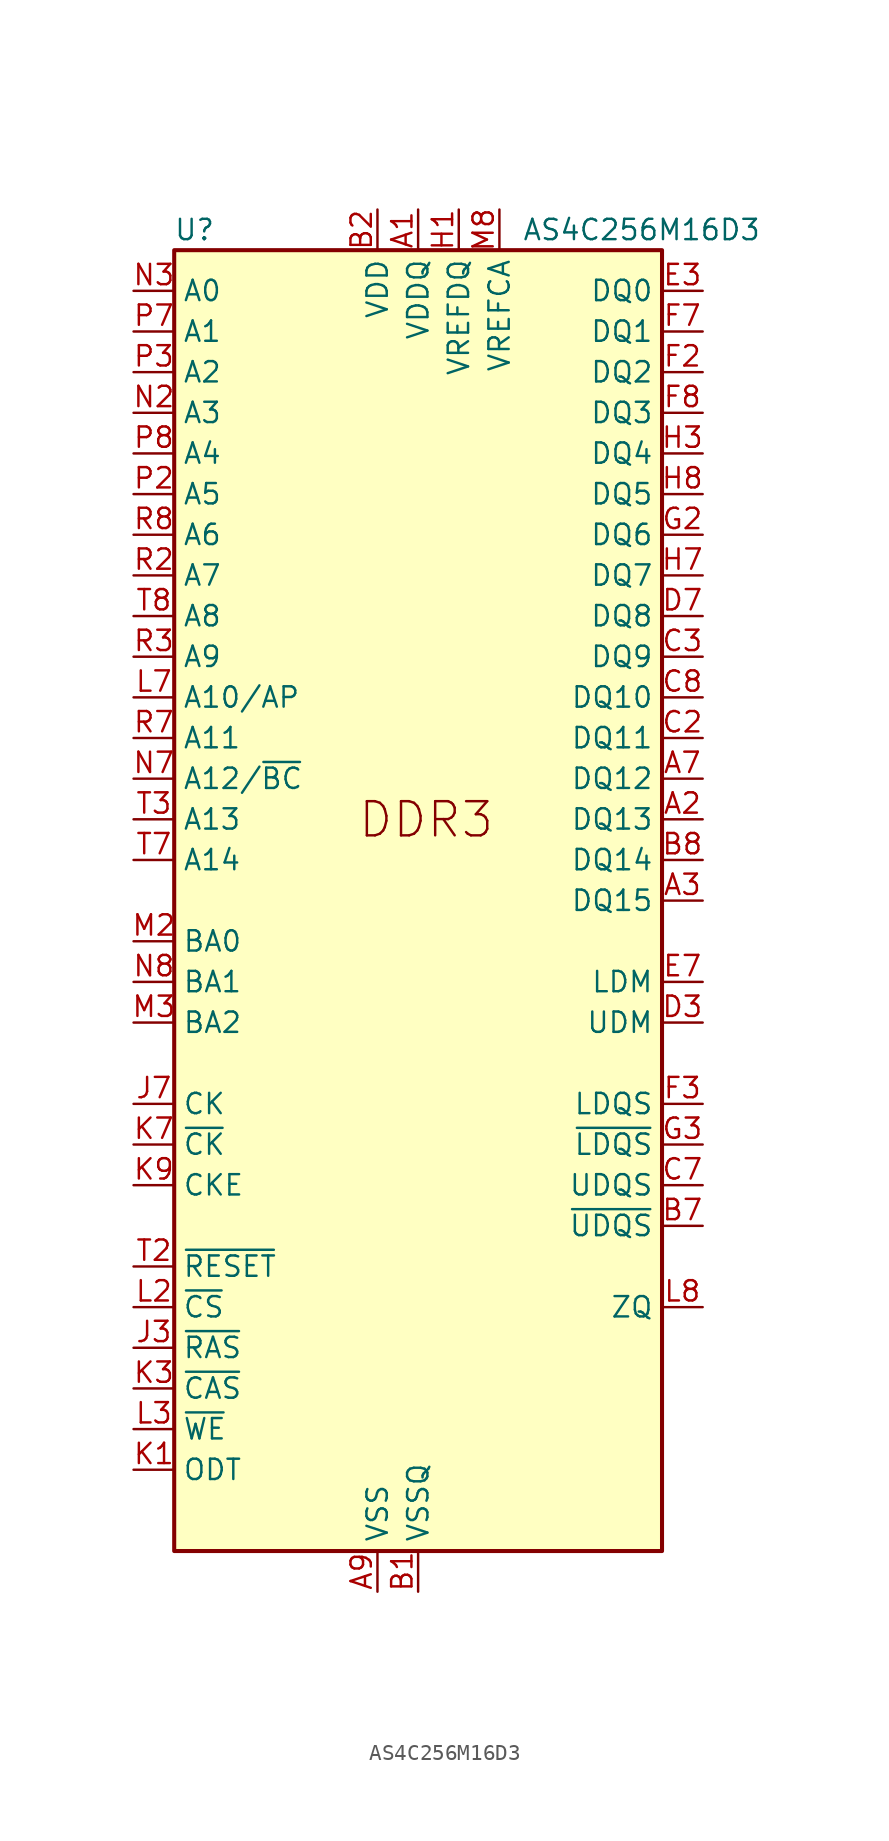
<source format=kicad_sym>
(kicad_symbol_lib
  (version 20200908)
  (generator kicad_symbol_editor)
  (symbol "Memory_RAM:AS4C256M16D3"
    (property "Reference" "U"
      (at -13.97 41.91 0)
      (effects (font (size 1.27 1.27))))
    (property "Value" "AS4C256M16D3"
      (at 13.97 41.91 0)
      (effects (font (size 1.27 1.27))))
    (symbol "AS4C256M16D3_1_1"
      (text "DDR3" (at -3.81 3.81 0) (effects (font (size 2.134 2.134)) (justify left bottom)))
      (pin bidirectional line (at 17.78 5.08 180) (length 2.54) (name "DQ13" (effects (font (size 1.27 1.27)))) (number "A2" (effects (font (size 1.27 1.27)))))
      (pin bidirectional line (at 17.78 0 180) (length 2.54) (name "DQ15" (effects (font (size 1.27 1.27)))) (number "A3" (effects (font (size 1.27 1.27)))))
      (pin bidirectional line (at 17.78 7.62 180) (length 2.54) (name "DQ12" (effects (font (size 1.27 1.27)))) (number "A7" (effects (font (size 1.27 1.27)))))
      (pin bidirectional line (at 17.78 -20.32 180) (length 2.54) (name "~UDQS" (effects (font (size 1.27 1.27)))) (number "B7" (effects (font (size 1.27 1.27)))))
      (pin bidirectional line (at 17.78 2.54 180) (length 2.54) (name "DQ14" (effects (font (size 1.27 1.27)))) (number "B8" (effects (font (size 1.27 1.27)))))
      (pin bidirectional line (at 17.78 10.16 180) (length 2.54) (name "DQ11" (effects (font (size 1.27 1.27)))) (number "C2" (effects (font (size 1.27 1.27)))))
      (pin bidirectional line (at 17.78 15.24 180) (length 2.54) (name "DQ9" (effects (font (size 1.27 1.27)))) (number "C3" (effects (font (size 1.27 1.27)))))
      (pin bidirectional line (at 17.78 -17.78 180) (length 2.54) (name "UDQS" (effects (font (size 1.27 1.27)))) (number "C7" (effects (font (size 1.27 1.27)))))
      (pin bidirectional line (at 17.78 12.7 180) (length 2.54) (name "DQ10" (effects (font (size 1.27 1.27)))) (number "C8" (effects (font (size 1.27 1.27)))))
      (pin input line (at 17.78 -7.62 180) (length 2.54) (name "UDM" (effects (font (size 1.27 1.27)))) (number "D3" (effects (font (size 1.27 1.27)))))
      (pin bidirectional line (at 17.78 17.78 180) (length 2.54) (name "DQ8" (effects (font (size 1.27 1.27)))) (number "D7" (effects (font (size 1.27 1.27)))))
      (pin input line (at 17.78 -5.08 180) (length 2.54) (name "LDM" (effects (font (size 1.27 1.27)))) (number "E7" (effects (font (size 1.27 1.27)))))
      (pin bidirectional line (at 17.78 -12.7 180) (length 2.54) (name "LDQS" (effects (font (size 1.27 1.27)))) (number "F3" (effects (font (size 1.27 1.27)))))
      (pin bidirectional line (at 17.78 -15.24 180) (length 2.54) (name "~LDQS" (effects (font (size 1.27 1.27)))) (number "G3" (effects (font (size 1.27 1.27)))))
      (pin unconnected line (at 15.24 -27.94 180) (length 2.54) hide (name "NC" (effects (font (size 1.27 1.27)))) (number "J1" (effects (font (size 1.27 1.27)))))
      (pin input line (at -17.78 -27.94 0) (length 2.54) (name "~RAS" (effects (font (size 1.27 1.27)))) (number "J3" (effects (font (size 1.27 1.27)))))
      (pin input line (at -17.78 -12.7 0) (length 2.54) (name "CK" (effects (font (size 1.27 1.27)))) (number "J7" (effects (font (size 1.27 1.27)))))
      (pin unconnected line (at 15.24 -30.48 180) (length 2.54) hide (name "NC" (effects (font (size 1.27 1.27)))) (number "J9" (effects (font (size 1.27 1.27)))))
      (pin input line (at -17.78 -35.56 0) (length 2.54) (name "ODT" (effects (font (size 1.27 1.27)))) (number "K1" (effects (font (size 1.27 1.27)))))
      (pin input line (at -17.78 -30.48 0) (length 2.54) (name "~CAS" (effects (font (size 1.27 1.27)))) (number "K3" (effects (font (size 1.27 1.27)))))
      (pin input line (at -17.78 -15.24 0) (length 2.54) (name "~CK" (effects (font (size 1.27 1.27)))) (number "K7" (effects (font (size 1.27 1.27)))))
      (pin input line (at -17.78 -17.78 0) (length 2.54) (name "CKE" (effects (font (size 1.27 1.27)))) (number "K9" (effects (font (size 1.27 1.27)))))
      (pin unconnected line (at 15.24 -33.02 180) (length 2.54) hide (name "NC" (effects (font (size 1.27 1.27)))) (number "L1" (effects (font (size 1.27 1.27)))))
      (pin input line (at -17.78 -33.02 0) (length 2.54) (name "~WE" (effects (font (size 1.27 1.27)))) (number "L3" (effects (font (size 1.27 1.27)))))
      (pin input line (at 17.78 -25.4 180) (length 2.54) (name "ZQ" (effects (font (size 1.27 1.27)))) (number "L8" (effects (font (size 1.27 1.27)))))
      (pin unconnected line (at 15.24 -35.56 180) (length 2.54) hide (name "NC" (effects (font (size 1.27 1.27)))) (number "L9" (effects (font (size 1.27 1.27)))))
      (pin input line (at -17.78 -2.54 0) (length 2.54) (name "BA0" (effects (font (size 1.27 1.27)))) (number "M2" (effects (font (size 1.27 1.27)))))
      (pin input line (at -17.78 -7.62 0) (length 2.54) (name "BA2" (effects (font (size 1.27 1.27)))) (number "M3" (effects (font (size 1.27 1.27)))))
      (pin unconnected line (at 15.24 -38.1 180) (length 2.54) hide (name "NC" (effects (font (size 1.27 1.27)))) (number "M7" (effects (font (size 1.27 1.27)))))
      (pin power_in line (at 5.08 43.18 270) (length 2.54) (name "VREFCA" (effects (font (size 1.27 1.27)))) (number "M8" (effects (font (size 1.27 1.27)))))
      (pin input line (at -17.78 -5.08 0) (length 2.54) (name "BA1" (effects (font (size 1.27 1.27)))) (number "N8" (effects (font (size 1.27 1.27))))))
    (symbol "AS4C256M16D3_0_1"
      (rectangle (start -15.24 -40.64) (end 15.24 40.64) (stroke (width 0.254)) (fill (type background)))
      (pin power_in line (at 0 43.18 270) (length 2.54) (name "VDDQ" (effects (font (size 1.27 1.27)))) (number "A1" (effects (font (size 1.27 1.27)))))
      (pin passive line (at 0 43.18 270) (length 2.54) hide (name "VDDQ" (effects (font (size 1.27 1.27)))) (number "A8" (effects (font (size 1.27 1.27)))))
      (pin power_in line (at -2.54 -43.18 90) (length 2.54) (name "VSS" (effects (font (size 1.27 1.27)))) (number "A9" (effects (font (size 1.27 1.27)))))
      (pin power_in line (at 0 -43.18 90) (length 2.54) (name "VSSQ" (effects (font (size 1.27 1.27)))) (number "B1" (effects (font (size 1.27 1.27)))))
      (pin power_in line (at -2.54 43.18 270) (length 2.54) (name "VDD" (effects (font (size 1.27 1.27)))) (number "B2" (effects (font (size 1.27 1.27)))))
      (pin passive line (at -2.54 -43.18 90) (length 2.54) hide (name "VSS" (effects (font (size 1.27 1.27)))) (number "B3" (effects (font (size 1.27 1.27)))))
      (pin passive line (at 0 -43.18 90) (length 2.54) hide (name "VSSQ" (effects (font (size 1.27 1.27)))) (number "B9" (effects (font (size 1.27 1.27)))))
      (pin passive line (at 0 43.18 270) (length 2.54) hide (name "VDDQ" (effects (font (size 1.27 1.27)))) (number "C1" (effects (font (size 1.27 1.27)))))
      (pin passive line (at 0 43.18 270) (length 2.54) hide (name "VDDQ" (effects (font (size 1.27 1.27)))) (number "C9" (effects (font (size 1.27 1.27)))))
      (pin passive line (at 0 -43.18 90) (length 2.54) hide (name "VSSQ" (effects (font (size 1.27 1.27)))) (number "D1" (effects (font (size 1.27 1.27)))))
      (pin passive line (at 0 43.18 270) (length 2.54) hide (name "VDDQ" (effects (font (size 1.27 1.27)))) (number "D2" (effects (font (size 1.27 1.27)))))
      (pin passive line (at 0 -43.18 90) (length 2.54) hide (name "VSSQ" (effects (font (size 1.27 1.27)))) (number "D8" (effects (font (size 1.27 1.27)))))
      (pin passive line (at -2.54 43.18 270) (length 2.54) hide (name "VDD" (effects (font (size 1.27 1.27)))) (number "D9" (effects (font (size 1.27 1.27)))))
      (pin passive line (at -2.54 -43.18 90) (length 2.54) hide (name "VSS" (effects (font (size 1.27 1.27)))) (number "E1" (effects (font (size 1.27 1.27)))))
      (pin passive line (at 0 -43.18 90) (length 2.54) hide (name "VSSQ" (effects (font (size 1.27 1.27)))) (number "E2" (effects (font (size 1.27 1.27)))))
      (pin bidirectional line (at 17.78 38.1 180) (length 2.54) (name "DQ0" (effects (font (size 1.27 1.27)))) (number "E3" (effects (font (size 1.27 1.27)))))
      (pin passive line (at 0 -43.18 90) (length 2.54) hide (name "VSSQ" (effects (font (size 1.27 1.27)))) (number "E8" (effects (font (size 1.27 1.27)))))
      (pin passive line (at 0 43.18 270) (length 2.54) hide (name "VDDQ" (effects (font (size 1.27 1.27)))) (number "E9" (effects (font (size 1.27 1.27)))))
      (pin passive line (at 0 43.18 270) (length 2.54) hide (name "VDDQ" (effects (font (size 1.27 1.27)))) (number "F1" (effects (font (size 1.27 1.27)))))
      (pin bidirectional line (at 17.78 33.02 180) (length 2.54) (name "DQ2" (effects (font (size 1.27 1.27)))) (number "F2" (effects (font (size 1.27 1.27)))))
      (pin bidirectional line (at 17.78 35.56 180) (length 2.54) (name "DQ1" (effects (font (size 1.27 1.27)))) (number "F7" (effects (font (size 1.27 1.27)))))
      (pin bidirectional line (at 17.78 30.48 180) (length 2.54) (name "DQ3" (effects (font (size 1.27 1.27)))) (number "F8" (effects (font (size 1.27 1.27)))))
      (pin passive line (at 0 -43.18 90) (length 2.54) hide (name "VSSQ" (effects (font (size 1.27 1.27)))) (number "F9" (effects (font (size 1.27 1.27)))))
      (pin passive line (at 0 -43.18 90) (length 2.54) hide (name "VSSQ" (effects (font (size 1.27 1.27)))) (number "G1" (effects (font (size 1.27 1.27)))))
      (pin bidirectional line (at 17.78 22.86 180) (length 2.54) (name "DQ6" (effects (font (size 1.27 1.27)))) (number "G2" (effects (font (size 1.27 1.27)))))
      (pin passive line (at -2.54 43.18 270) (length 2.54) hide (name "VDD" (effects (font (size 1.27 1.27)))) (number "G7" (effects (font (size 1.27 1.27)))))
      (pin passive line (at -2.54 -43.18 90) (length 2.54) hide (name "VSS" (effects (font (size 1.27 1.27)))) (number "G8" (effects (font (size 1.27 1.27)))))
      (pin passive line (at 0 -43.18 90) (length 2.54) hide (name "VSSQ" (effects (font (size 1.27 1.27)))) (number "G9" (effects (font (size 1.27 1.27)))))
      (pin power_in line (at 2.54 43.18 270) (length 2.54) (name "VREFDQ" (effects (font (size 1.27 1.27)))) (number "H1" (effects (font (size 1.27 1.27)))))
      (pin passive line (at 0 43.18 270) (length 2.54) hide (name "VDDQ" (effects (font (size 1.27 1.27)))) (number "H2" (effects (font (size 1.27 1.27)))))
      (pin bidirectional line (at 17.78 27.94 180) (length 2.54) (name "DQ4" (effects (font (size 1.27 1.27)))) (number "H3" (effects (font (size 1.27 1.27)))))
      (pin bidirectional line (at 17.78 20.32 180) (length 2.54) (name "DQ7" (effects (font (size 1.27 1.27)))) (number "H7" (effects (font (size 1.27 1.27)))))
      (pin bidirectional line (at 17.78 25.4 180) (length 2.54) (name "DQ5" (effects (font (size 1.27 1.27)))) (number "H8" (effects (font (size 1.27 1.27)))))
      (pin passive line (at 0 43.18 270) (length 2.54) hide (name "VDDQ" (effects (font (size 1.27 1.27)))) (number "H9" (effects (font (size 1.27 1.27)))))
      (pin passive line (at -2.54 -43.18 90) (length 2.54) hide (name "VSS" (effects (font (size 1.27 1.27)))) (number "J2" (effects (font (size 1.27 1.27)))))
      (pin passive line (at -2.54 -43.18 90) (length 2.54) hide (name "VSS" (effects (font (size 1.27 1.27)))) (number "J8" (effects (font (size 1.27 1.27)))))
      (pin passive line (at -2.54 43.18 270) (length 2.54) hide (name "VDD" (effects (font (size 1.27 1.27)))) (number "K2" (effects (font (size 1.27 1.27)))))
      (pin passive line (at -2.54 43.18 270) (length 2.54) hide (name "VDD" (effects (font (size 1.27 1.27)))) (number "K8" (effects (font (size 1.27 1.27)))))
      (pin input line (at -17.78 -25.4 0) (length 2.54) (name "~CS" (effects (font (size 1.27 1.27)))) (number "L2" (effects (font (size 1.27 1.27)))))
      (pin input line (at -17.78 12.7 0) (length 2.54) (name "A10/AP" (effects (font (size 1.27 1.27)))) (number "L7" (effects (font (size 1.27 1.27)))))
      (pin passive line (at -2.54 -43.18 90) (length 2.54) hide (name "VSS" (effects (font (size 1.27 1.27)))) (number "M1" (effects (font (size 1.27 1.27)))))
      (pin passive line (at -2.54 -43.18 90) (length 2.54) hide (name "VSS" (effects (font (size 1.27 1.27)))) (number "M9" (effects (font (size 1.27 1.27)))))
      (pin passive line (at -2.54 43.18 270) (length 2.54) hide (name "VDD" (effects (font (size 1.27 1.27)))) (number "N1" (effects (font (size 1.27 1.27)))))
      (pin input line (at -17.78 30.48 0) (length 2.54) (name "A3" (effects (font (size 1.27 1.27)))) (number "N2" (effects (font (size 1.27 1.27)))))
      (pin input line (at -17.78 38.1 0) (length 2.54) (name "A0" (effects (font (size 1.27 1.27)))) (number "N3" (effects (font (size 1.27 1.27)))))
      (pin input line (at -17.78 7.62 0) (length 2.54) (name "A12/~BC" (effects (font (size 1.27 1.27)))) (number "N7" (effects (font (size 1.27 1.27)))))
      (pin passive line (at -2.54 43.18 270) (length 2.54) hide (name "VDD" (effects (font (size 1.27 1.27)))) (number "N9" (effects (font (size 1.27 1.27)))))
      (pin passive line (at -2.54 -43.18 90) (length 2.54) hide (name "VSS" (effects (font (size 1.27 1.27)))) (number "P1" (effects (font (size 1.27 1.27)))))
      (pin input line (at -17.78 25.4 0) (length 2.54) (name "A5" (effects (font (size 1.27 1.27)))) (number "P2" (effects (font (size 1.27 1.27)))))
      (pin input line (at -17.78 33.02 0) (length 2.54) (name "A2" (effects (font (size 1.27 1.27)))) (number "P3" (effects (font (size 1.27 1.27)))))
      (pin input line (at -17.78 35.56 0) (length 2.54) (name "A1" (effects (font (size 1.27 1.27)))) (number "P7" (effects (font (size 1.27 1.27)))))
      (pin input line (at -17.78 27.94 0) (length 2.54) (name "A4" (effects (font (size 1.27 1.27)))) (number "P8" (effects (font (size 1.27 1.27)))))
      (pin passive line (at -2.54 -43.18 90) (length 2.54) hide (name "VSS" (effects (font (size 1.27 1.27)))) (number "P9" (effects (font (size 1.27 1.27)))))
      (pin passive line (at -2.54 43.18 270) (length 2.54) hide (name "VDD" (effects (font (size 1.27 1.27)))) (number "R1" (effects (font (size 1.27 1.27)))))
      (pin input line (at -17.78 20.32 0) (length 2.54) (name "A7" (effects (font (size 1.27 1.27)))) (number "R2" (effects (font (size 1.27 1.27)))))
      (pin input line (at -17.78 15.24 0) (length 2.54) (name "A9" (effects (font (size 1.27 1.27)))) (number "R3" (effects (font (size 1.27 1.27)))))
      (pin input line (at -17.78 10.16 0) (length 2.54) (name "A11" (effects (font (size 1.27 1.27)))) (number "R7" (effects (font (size 1.27 1.27)))))
      (pin input line (at -17.78 22.86 0) (length 2.54) (name "A6" (effects (font (size 1.27 1.27)))) (number "R8" (effects (font (size 1.27 1.27)))))
      (pin passive line (at -2.54 43.18 270) (length 2.54) hide (name "VDD" (effects (font (size 1.27 1.27)))) (number "R9" (effects (font (size 1.27 1.27)))))
      (pin passive line (at -2.54 -43.18 90) (length 2.54) hide (name "VSS" (effects (font (size 1.27 1.27)))) (number "T1" (effects (font (size 1.27 1.27)))))
      (pin input line (at -17.78 -22.86 0) (length 2.54) (name "~RESET" (effects (font (size 1.27 1.27)))) (number "T2" (effects (font (size 1.27 1.27)))))
      (pin input line (at -17.78 5.08 0) (length 2.54) (name "A13" (effects (font (size 1.27 1.27)))) (number "T3" (effects (font (size 1.27 1.27)))))
      (pin input line (at -17.78 2.54 0) (length 2.54) (name "A14" (effects (font (size 1.27 1.27)))) (number "T7" (effects (font (size 1.27 1.27)))))
      (pin input line (at -17.78 17.78 0) (length 2.54) (name "A8" (effects (font (size 1.27 1.27)))) (number "T8" (effects (font (size 1.27 1.27)))))
      (pin passive line (at -2.54 -43.18 90) (length 2.54) hide (name "VSS" (effects (font (size 1.27 1.27)))) (number "T9" (effects (font (size 1.27 1.27))))))))
</source>
